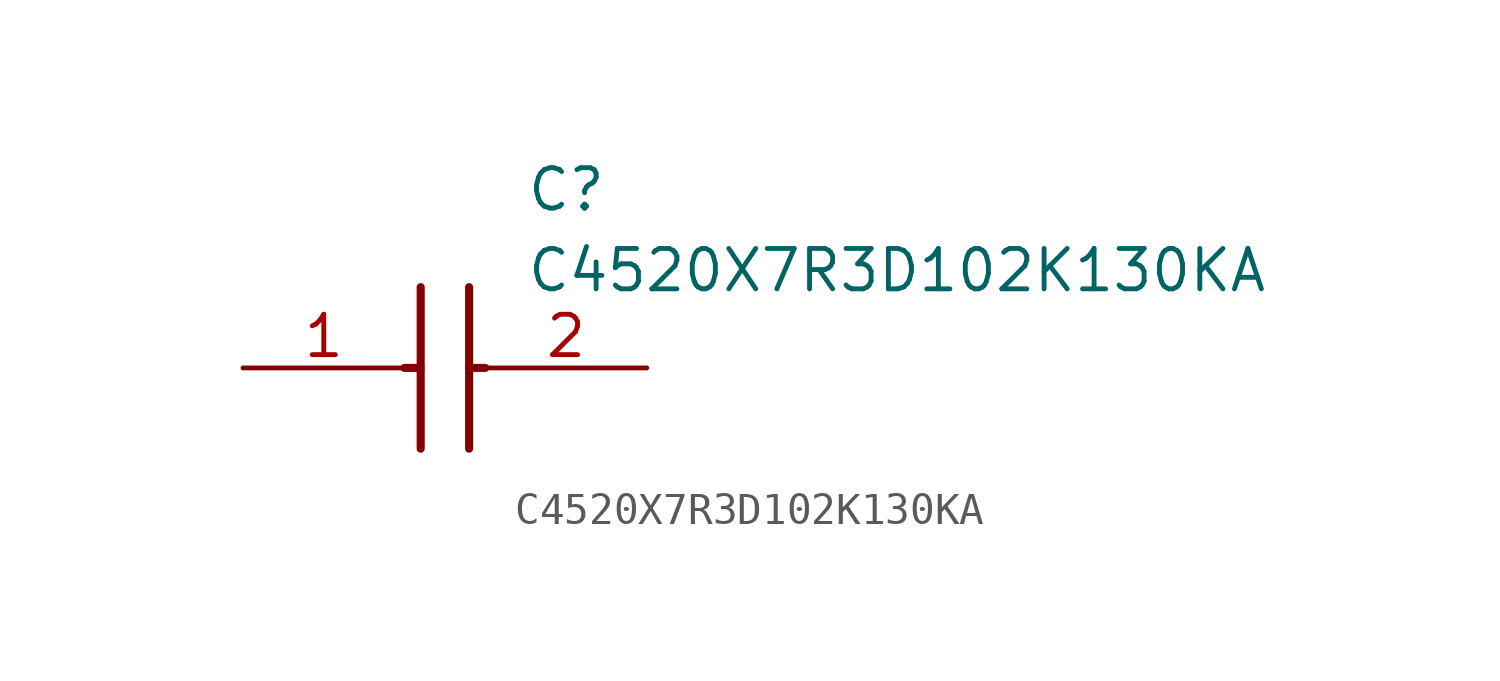
<source format=kicad_sym>
(kicad_symbol_lib
  (version 20211014)
  (generator SamacSys_ECAD_Model)
  (symbol "C4520X7R3D102K130KA"
    (pin_names hide)
    (property "Reference" "C"
      (at 8.89 6.35 0)
      (effects (font (size 1.27 1.27)) (justify left top)))
    (property "Value" "C4520X7R3D102K130KA"
      (at 8.89 3.81 0)
      (effects (font (size 1.27 1.27)) (justify left top)))
    (polyline
      (pts (xy 5.588 2.54) (xy 5.588 -2.54))
      (stroke (width 0.254) (type default))
      (fill (type none)))
    (polyline
      (pts (xy 7.112 2.54) (xy 7.112 -2.54))
      (stroke (width 0.254) (type default))
      (fill (type none)))
    (polyline
      (pts (xy 5.08 0) (xy 5.588 0))
      (stroke (width 0.254) (type default))
      (fill (type none)))
    (polyline
      (pts (xy 7.112 0) (xy 7.62 0))
      (stroke (width 0.254) (type default))
      (fill (type none)))
    (pin passive line
      (at 0 0 0)
      (length 5.08)
      (name "1" (effects (font (size 1.27 1.27))))
      (number "1" (effects (font (size 1.27 1.27)))))
    (pin passive line
      (at 12.7 0 180)
      (length 5.08)
      (name "2" (effects (font (size 1.27 1.27))))
      (number "2" (effects (font (size 1.27 1.27)))))))
</source>
